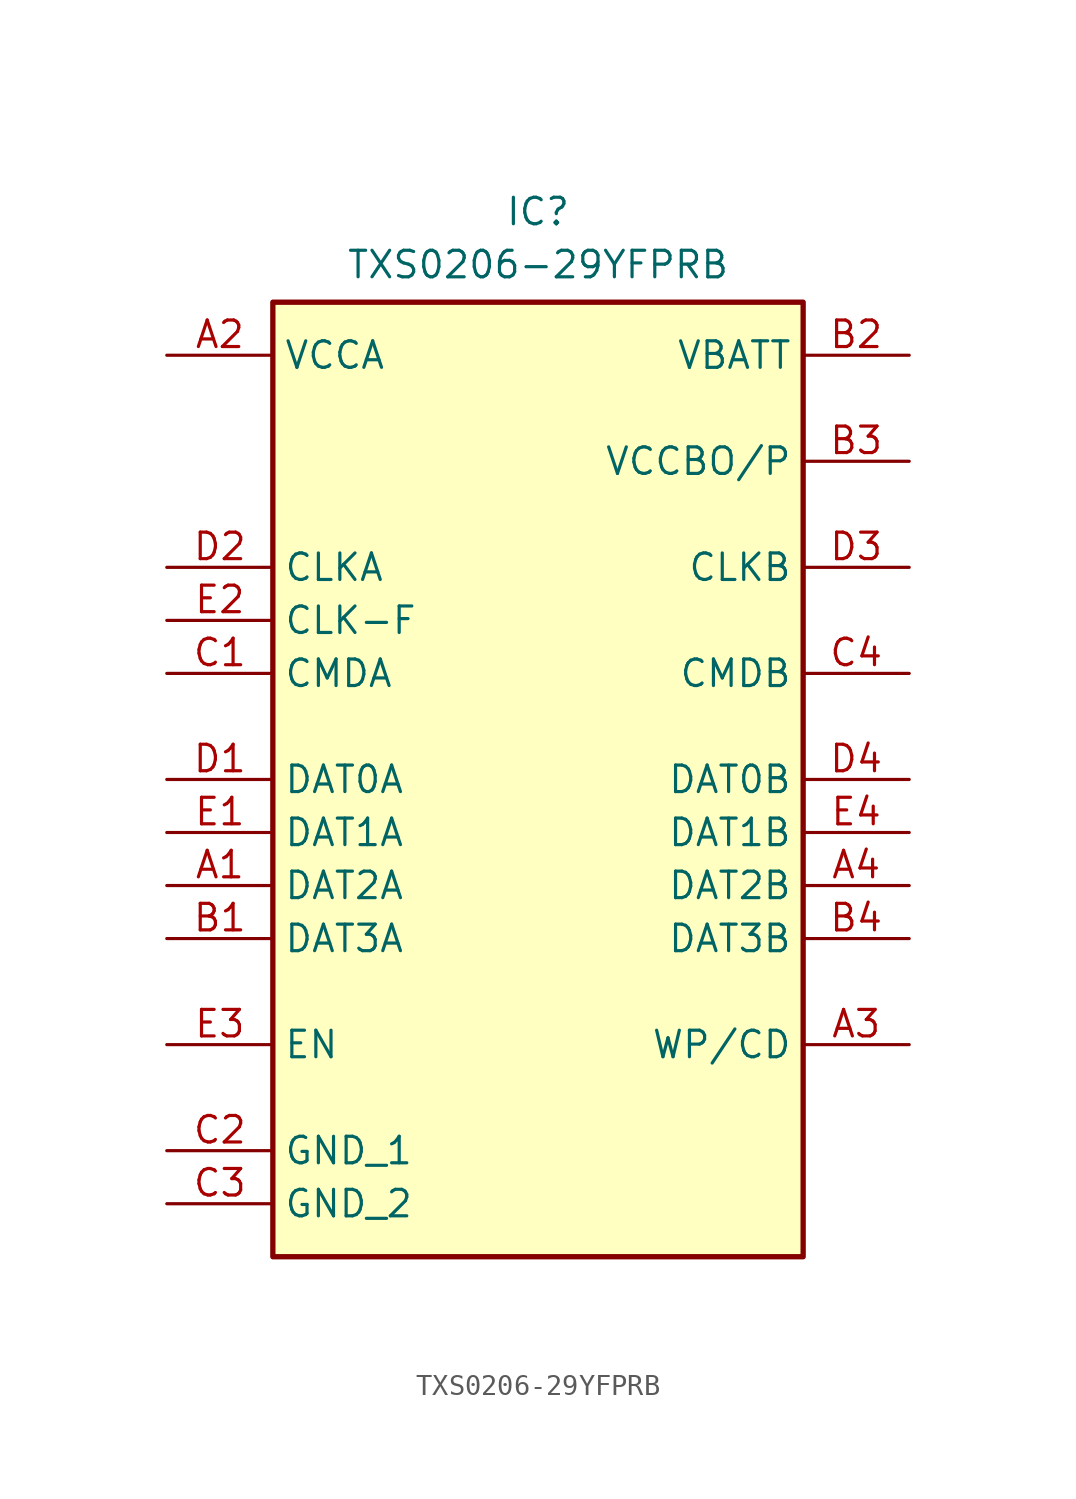
<source format=kicad_sym>
(kicad_symbol_lib
  (version 20220914)
  (generator kicad_symbol_editor)
  (symbol "TXS0206-29YFPRB"
    (property "Reference" "IC"
      (at 0 25.4 0)
      (effects (font (size 1.27 1.27)) (justify top)))
    (property "Value" "TXS0206-29YFPRB"
      (at 0 22.86 0)
      (effects (font (size 1.27 1.27)) (justify top)))
    (symbol "TXS0206-29YFPRB_1_1"
      (rectangle (start -12.7 20.32) (end 12.7 -25.4) (stroke (width 0.254) (type default)) (fill (type background)))
      (pin passive line (at -17.78 -7.62 0) (length 5.08) (name "DAT2A" (effects (font (size 1.27 1.27)))) (number "A1" (effects (font (size 1.27 1.27)))))
      (pin passive line (at -17.78 17.78 0) (length 5.08) (name "VCCA" (effects (font (size 1.27 1.27)))) (number "A2" (effects (font (size 1.27 1.27)))))
      (pin passive line (at 17.78 -15.24 180) (length 5.08) (name "WP/CD" (effects (font (size 1.27 1.27)))) (number "A3" (effects (font (size 1.27 1.27)))))
      (pin passive line (at 17.78 -7.62 180) (length 5.08) (name "DAT2B" (effects (font (size 1.27 1.27)))) (number "A4" (effects (font (size 1.27 1.27)))))
      (pin passive line (at -17.78 -10.16 0) (length 5.08) (name "DAT3A" (effects (font (size 1.27 1.27)))) (number "B1" (effects (font (size 1.27 1.27)))))
      (pin passive line (at 17.78 17.78 180) (length 5.08) (name "VBATT" (effects (font (size 1.27 1.27)))) (number "B2" (effects (font (size 1.27 1.27)))))
      (pin passive line (at 17.78 12.7 180) (length 5.08) (name "VCCBO/P" (effects (font (size 1.27 1.27)))) (number "B3" (effects (font (size 1.27 1.27)))))
      (pin passive line (at 17.78 -10.16 180) (length 5.08) (name "DAT3B" (effects (font (size 1.27 1.27)))) (number "B4" (effects (font (size 1.27 1.27)))))
      (pin passive line (at -17.78 2.54 0) (length 5.08) (name "CMDA" (effects (font (size 1.27 1.27)))) (number "C1" (effects (font (size 1.27 1.27)))))
      (pin passive line (at -17.78 -20.32 0) (length 5.08) (name "GND_1" (effects (font (size 1.27 1.27)))) (number "C2" (effects (font (size 1.27 1.27)))))
      (pin passive line (at -17.78 -22.86 0) (length 5.08) (name "GND_2" (effects (font (size 1.27 1.27)))) (number "C3" (effects (font (size 1.27 1.27)))))
      (pin passive line (at 17.78 2.54 180) (length 5.08) (name "CMDB" (effects (font (size 1.27 1.27)))) (number "C4" (effects (font (size 1.27 1.27)))))
      (pin passive line (at -17.78 -2.54 0) (length 5.08) (name "DAT0A" (effects (font (size 1.27 1.27)))) (number "D1" (effects (font (size 1.27 1.27)))))
      (pin passive line (at -17.78 7.62 0) (length 5.08) (name "CLKA" (effects (font (size 1.27 1.27)))) (number "D2" (effects (font (size 1.27 1.27)))))
      (pin passive line (at 17.78 7.62 180) (length 5.08) (name "CLKB" (effects (font (size 1.27 1.27)))) (number "D3" (effects (font (size 1.27 1.27)))))
      (pin passive line (at 17.78 -2.54 180) (length 5.08) (name "DAT0B" (effects (font (size 1.27 1.27)))) (number "D4" (effects (font (size 1.27 1.27)))))
      (pin passive line (at -17.78 -5.08 0) (length 5.08) (name "DAT1A" (effects (font (size 1.27 1.27)))) (number "E1" (effects (font (size 1.27 1.27)))))
      (pin passive line (at -17.78 5.08 0) (length 5.08) (name "CLK-F" (effects (font (size 1.27 1.27)))) (number "E2" (effects (font (size 1.27 1.27)))))
      (pin passive line (at -17.78 -15.24 0) (length 5.08) (name "EN" (effects (font (size 1.27 1.27)))) (number "E3" (effects (font (size 1.27 1.27)))))
      (pin passive line (at 17.78 -5.08 180) (length 5.08) (name "DAT1B" (effects (font (size 1.27 1.27)))) (number "E4" (effects (font (size 1.27 1.27))))))))
</source>
